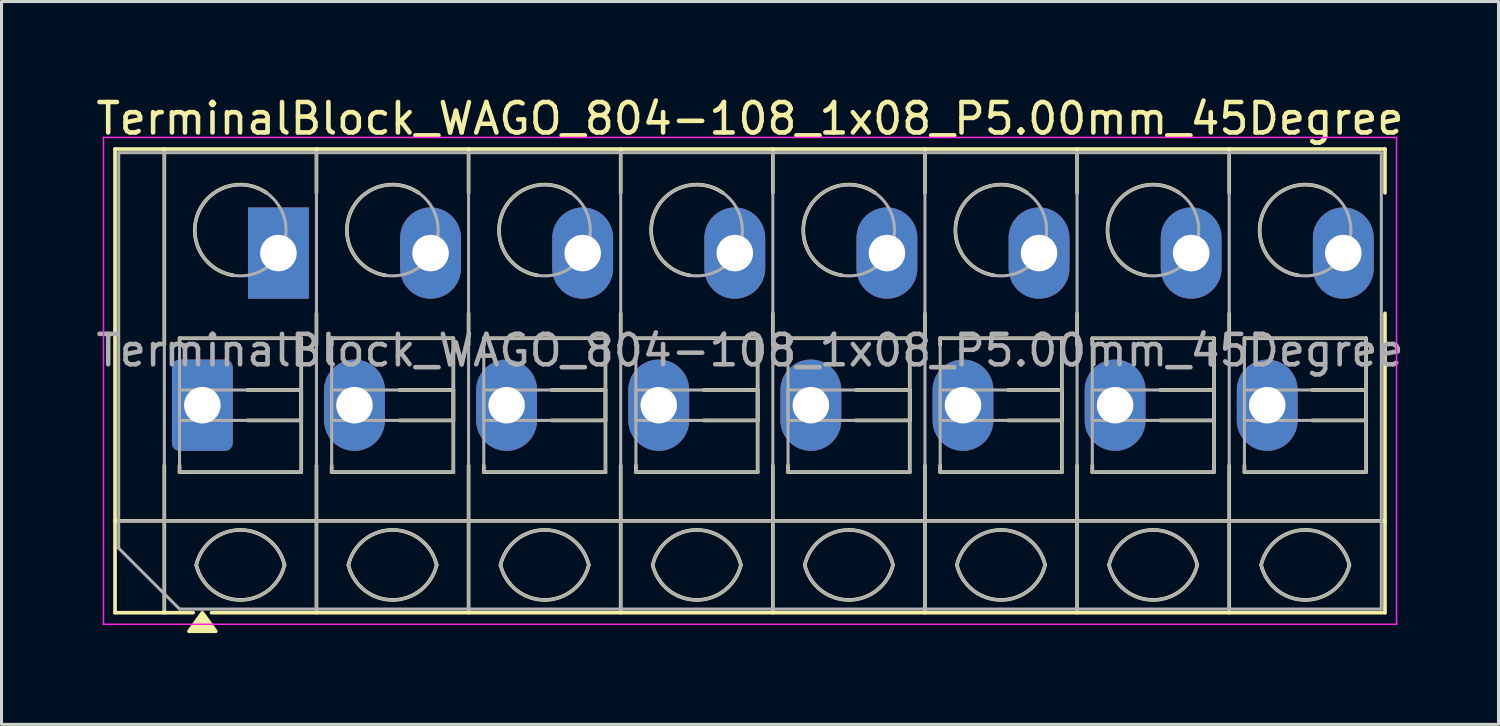
<source format=kicad_pcb>
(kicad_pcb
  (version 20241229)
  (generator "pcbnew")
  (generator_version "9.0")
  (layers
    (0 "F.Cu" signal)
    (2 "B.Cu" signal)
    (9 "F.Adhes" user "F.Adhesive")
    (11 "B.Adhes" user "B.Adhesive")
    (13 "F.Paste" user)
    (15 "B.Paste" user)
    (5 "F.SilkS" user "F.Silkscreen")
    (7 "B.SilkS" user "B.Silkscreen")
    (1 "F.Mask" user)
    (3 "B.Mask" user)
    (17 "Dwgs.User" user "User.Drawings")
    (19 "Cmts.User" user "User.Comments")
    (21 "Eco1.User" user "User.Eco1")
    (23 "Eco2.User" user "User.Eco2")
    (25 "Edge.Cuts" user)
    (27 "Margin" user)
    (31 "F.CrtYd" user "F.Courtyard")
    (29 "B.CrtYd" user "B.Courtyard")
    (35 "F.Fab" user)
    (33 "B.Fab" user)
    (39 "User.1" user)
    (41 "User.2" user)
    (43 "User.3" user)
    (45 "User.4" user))
  (footprint "TerminalBlock_WAGO_804-108_1x08_P5.00mm_45Degree"
    (layer "F.Cu")
    (at 3.601 10.268)
    (property "Reference" "TerminalBlock_WAGO_804-108_1x08_P5.00mm_45Degree" (at 18 -9.42 0) (layer "F.SilkS") (effects (font (size 1 1) (thickness 0.15))))
    (attr through_hole)
    (fp_line (start -2.87 -8.42) (end -2.87 6.82) (stroke (width 0.12) (type solid)) (layer "F.SilkS"))
    (fp_line (start -2.87 -8.42) (end 38.87 -8.42) (stroke (width 0.12) (type solid)) (layer "F.SilkS"))
    (fp_line (start -2.87 3.8) (end 38.87 3.8) (stroke (width 0.12) (type solid)) (layer "F.SilkS"))
    (fp_line (start -2.87 6.82) (end -0.3 6.82) (stroke (width 0.12) (type solid)) (layer "F.SilkS"))
    (fp_line (start -1.25 -8.42) (end -1.25 -1.98) (stroke (width 0.12) (type solid)) (layer "F.SilkS"))
    (fp_line (start -1.25 1.98) (end -1.25 6.82) (stroke (width 0.12) (type solid)) (layer "F.SilkS"))
    (fp_line (start -0.75 -2.2) (end -0.75 -1.98) (stroke (width 0.12) (type solid)) (layer "F.SilkS"))
    (fp_line (start -0.75 -2.2) (end 3.25 -2.2) (stroke (width 0.12) (type solid)) (layer "F.SilkS"))
    (fp_line (start -0.75 1.98) (end -0.75 2.2) (stroke (width 0.12) (type solid)) (layer "F.SilkS"))
    (fp_line (start -0.75 2.2) (end 3.25 2.2) (stroke (width 0.12) (type solid)) (layer "F.SilkS"))
    (fp_line (start 0.3 6.82) (end 38.87 6.82) (stroke (width 0.12) (type solid)) (layer "F.SilkS"))
    (fp_line (start 1.48 -0.5) (end 3.25 -0.5) (stroke (width 0.12) (type solid)) (layer "F.SilkS"))
    (fp_line (start 1.48 0.5) (end 3.25 0.5) (stroke (width 0.12) (type solid)) (layer "F.SilkS"))
    (fp_line (start 3.25 -2.2) (end 3.25 2.2) (stroke (width 0.12) (type solid)) (layer "F.SilkS"))
    (fp_line (start 3.25 -0.5) (end 3.25 0.5) (stroke (width 0.12) (type solid)) (layer "F.SilkS"))
    (fp_line (start 3.75 -8.42) (end 3.75 -6.98) (stroke (width 0.12) (type solid)) (layer "F.SilkS"))
    (fp_line (start 3.75 -3.02) (end 3.75 -1.98) (stroke (width 0.12) (type solid)) (layer "F.SilkS"))
    (fp_line (start 3.75 1.98) (end 3.75 6.82) (stroke (width 0.12) (type solid)) (layer "F.SilkS"))
    (fp_line (start 4.25 -2.2) (end 4.25 -1.98) (stroke (width 0.12) (type solid)) (layer "F.SilkS"))
    (fp_line (start 4.25 -2.2) (end 8.25 -2.2) (stroke (width 0.12) (type solid)) (layer "F.SilkS"))
    (fp_line (start 4.25 1.98) (end 4.25 2.2) (stroke (width 0.12) (type solid)) (layer "F.SilkS"))
    (fp_line (start 4.25 2.2) (end 8.25 2.2) (stroke (width 0.12) (type solid)) (layer "F.SilkS"))
    (fp_line (start 6.48 -0.5) (end 8.25 -0.5) (stroke (width 0.12) (type solid)) (layer "F.SilkS"))
    (fp_line (start 6.48 0.5) (end 8.25 0.5) (stroke (width 0.12) (type solid)) (layer "F.SilkS"))
    (fp_line (start 8.25 -2.2) (end 8.25 2.2) (stroke (width 0.12) (type solid)) (layer "F.SilkS"))
    (fp_line (start 8.25 -0.5) (end 8.25 0.5) (stroke (width 0.12) (type solid)) (layer "F.SilkS"))
    (fp_line (start 8.75 -8.42) (end 8.75 -6.98) (stroke (width 0.12) (type solid)) (layer "F.SilkS"))
    (fp_line (start 8.75 -3.02) (end 8.75 -1.98) (stroke (width 0.12) (type solid)) (layer "F.SilkS"))
    (fp_line (start 8.75 1.98) (end 8.75 6.82) (stroke (width 0.12) (type solid)) (layer "F.SilkS"))
    (fp_line (start 9.25 -2.2) (end 9.25 -1.98) (stroke (width 0.12) (type solid)) (layer "F.SilkS"))
    (fp_line (start 9.25 -2.2) (end 13.25 -2.2) (stroke (width 0.12) (type solid)) (layer "F.SilkS"))
    (fp_line (start 9.25 1.98) (end 9.25 2.2) (stroke (width 0.12) (type solid)) (layer "F.SilkS"))
    (fp_line (start 9.25 2.2) (end 13.25 2.2) (stroke (width 0.12) (type solid)) (layer "F.SilkS"))
    (fp_line (start 11.48 -0.5) (end 13.25 -0.5) (stroke (width 0.12) (type solid)) (layer "F.SilkS"))
    (fp_line (start 11.48 0.5) (end 13.25 0.5) (stroke (width 0.12) (type solid)) (layer "F.SilkS"))
    (fp_line (start 13.25 -2.2) (end 13.25 2.2) (stroke (width 0.12) (type solid)) (layer "F.SilkS"))
    (fp_line (start 13.25 -0.5) (end 13.25 0.5) (stroke (width 0.12) (type solid)) (layer "F.SilkS"))
    (fp_line (start 13.75 -8.42) (end 13.75 -6.98) (stroke (width 0.12) (type solid)) (layer "F.SilkS"))
    (fp_line (start 13.75 -3.02) (end 13.75 -1.98) (stroke (width 0.12) (type solid)) (layer "F.SilkS"))
    (fp_line (start 13.75 1.98) (end 13.75 6.82) (stroke (width 0.12) (type solid)) (layer "F.SilkS"))
    (fp_line (start 14.25 -2.2) (end 14.25 -1.98) (stroke (width 0.12) (type solid)) (layer "F.SilkS"))
    (fp_line (start 14.25 -2.2) (end 18.25 -2.2) (stroke (width 0.12) (type solid)) (layer "F.SilkS"))
    (fp_line (start 14.25 1.98) (end 14.25 2.2) (stroke (width 0.12) (type solid)) (layer "F.SilkS"))
    (fp_line (start 14.25 2.2) (end 18.25 2.2) (stroke (width 0.12) (type solid)) (layer "F.SilkS"))
    (fp_line (start 16.48 -0.5) (end 18.25 -0.5) (stroke (width 0.12) (type solid)) (layer "F.SilkS"))
    (fp_line (start 16.48 0.5) (end 18.25 0.5) (stroke (width 0.12) (type solid)) (layer "F.SilkS"))
    (fp_line (start 18.25 -2.2) (end 18.25 2.2) (stroke (width 0.12) (type solid)) (layer "F.SilkS"))
    (fp_line (start 18.25 -0.5) (end 18.25 0.5) (stroke (width 0.12) (type solid)) (layer "F.SilkS"))
    (fp_line (start 18.75 -8.42) (end 18.75 -6.98) (stroke (width 0.12) (type solid)) (layer "F.SilkS"))
    (fp_line (start 18.75 -3.02) (end 18.75 -1.98) (stroke (width 0.12) (type solid)) (layer "F.SilkS"))
    (fp_line (start 18.75 1.98) (end 18.75 6.82) (stroke (width 0.12) (type solid)) (layer "F.SilkS"))
    (fp_line (start 19.25 -2.2) (end 19.25 -1.98) (stroke (width 0.12) (type solid)) (layer "F.SilkS"))
    (fp_line (start 19.25 -2.2) (end 23.25 -2.2) (stroke (width 0.12) (type solid)) (layer "F.SilkS"))
    (fp_line (start 19.25 1.98) (end 19.25 2.2) (stroke (width 0.12) (type solid)) (layer "F.SilkS"))
    (fp_line (start 19.25 2.2) (end 23.25 2.2) (stroke (width 0.12) (type solid)) (layer "F.SilkS"))
    (fp_line (start 21.48 -0.5) (end 23.25 -0.5) (stroke (width 0.12) (type solid)) (layer "F.SilkS"))
    (fp_line (start 21.48 0.5) (end 23.25 0.5) (stroke (width 0.12) (type solid)) (layer "F.SilkS"))
    (fp_line (start 23.25 -2.2) (end 23.25 2.2) (stroke (width 0.12) (type solid)) (layer "F.SilkS"))
    (fp_line (start 23.25 -0.5) (end 23.25 0.5) (stroke (width 0.12) (type solid)) (layer "F.SilkS"))
    (fp_line (start 23.75 -8.42) (end 23.75 -6.98) (stroke (width 0.12) (type solid)) (layer "F.SilkS"))
    (fp_line (start 23.75 -3.02) (end 23.75 -1.98) (stroke (width 0.12) (type solid)) (layer "F.SilkS"))
    (fp_line (start 23.75 1.98) (end 23.75 6.82) (stroke (width 0.12) (type solid)) (layer "F.SilkS"))
    (fp_line (start 24.25 -2.2) (end 24.25 -1.98) (stroke (width 0.12) (type solid)) (layer "F.SilkS"))
    (fp_line (start 24.25 -2.2) (end 28.25 -2.2) (stroke (width 0.12) (type solid)) (layer "F.SilkS"))
    (fp_line (start 24.25 1.98) (end 24.25 2.2) (stroke (width 0.12) (type solid)) (layer "F.SilkS"))
    (fp_line (start 24.25 2.2) (end 28.25 2.2) (stroke (width 0.12) (type solid)) (layer "F.SilkS"))
    (fp_line (start 26.48 -0.5) (end 28.25 -0.5) (stroke (width 0.12) (type solid)) (layer "F.SilkS"))
    (fp_line (start 26.48 0.5) (end 28.25 0.5) (stroke (width 0.12) (type solid)) (layer "F.SilkS"))
    (fp_line (start 28.25 -2.2) (end 28.25 2.2) (stroke (width 0.12) (type solid)) (layer "F.SilkS"))
    (fp_line (start 28.25 -0.5) (end 28.25 0.5) (stroke (width 0.12) (type solid)) (layer "F.SilkS"))
    (fp_line (start 28.75 -8.42) (end 28.75 -6.98) (stroke (width 0.12) (type solid)) (layer "F.SilkS"))
    (fp_line (start 28.75 -3.02) (end 28.75 -1.98) (stroke (width 0.12) (type solid)) (layer "F.SilkS"))
    (fp_line (start 28.75 1.98) (end 28.75 6.82) (stroke (width 0.12) (type solid)) (layer "F.SilkS"))
    (fp_line (start 29.25 -2.2) (end 29.25 -1.98) (stroke (width 0.12) (type solid)) (layer "F.SilkS"))
    (fp_line (start 29.25 -2.2) (end 33.25 -2.2) (stroke (width 0.12) (type solid)) (layer "F.SilkS"))
    (fp_line (start 29.25 1.98) (end 29.25 2.2) (stroke (width 0.12) (type solid)) (layer "F.SilkS"))
    (fp_line (start 29.25 2.2) (end 33.25 2.2) (stroke (width 0.12) (type solid)) (layer "F.SilkS"))
    (fp_line (start 31.48 -0.5) (end 33.25 -0.5) (stroke (width 0.12) (type solid)) (layer "F.SilkS"))
    (fp_line (start 31.48 0.5) (end 33.25 0.5) (stroke (width 0.12) (type solid)) (layer "F.SilkS"))
    (fp_line (start 33.25 -2.2) (end 33.25 2.2) (stroke (width 0.12) (type solid)) (layer "F.SilkS"))
    (fp_line (start 33.25 -0.5) (end 33.25 0.5) (stroke (width 0.12) (type solid)) (layer "F.SilkS"))
    (fp_line (start 33.75 -8.42) (end 33.75 -6.98) (stroke (width 0.12) (type solid)) (layer "F.SilkS"))
    (fp_line (start 33.75 -3.02) (end 33.75 -1.98) (stroke (width 0.12) (type solid)) (layer "F.SilkS"))
    (fp_line (start 33.75 1.98) (end 33.75 6.82) (stroke (width 0.12) (type solid)) (layer "F.SilkS"))
    (fp_line (start 34.25 -2.2) (end 34.25 -1.98) (stroke (width 0.12) (type solid)) (layer "F.SilkS"))
    (fp_line (start 34.25 -2.2) (end 38.25 -2.2) (stroke (width 0.12) (type solid)) (layer "F.SilkS"))
    (fp_line (start 34.25 1.98) (end 34.25 2.2) (stroke (width 0.12) (type solid)) (layer "F.SilkS"))
    (fp_line (start 34.25 2.2) (end 38.25 2.2) (stroke (width 0.12) (type solid)) (layer "F.SilkS"))
    (fp_line (start 36.48 -0.5) (end 38.25 -0.5) (stroke (width 0.12) (type solid)) (layer "F.SilkS"))
    (fp_line (start 36.48 0.5) (end 38.25 0.5) (stroke (width 0.12) (type solid)) (layer "F.SilkS"))
    (fp_line (start 38.25 -2.2) (end 38.25 2.2) (stroke (width 0.12) (type solid)) (layer "F.SilkS"))
    (fp_line (start 38.25 -0.5) (end 38.25 0.5) (stroke (width 0.12) (type solid)) (layer "F.SilkS"))
    (fp_line (start 38.87 -8.42) (end 38.87 -6.98) (stroke (width 0.12) (type solid)) (layer "F.SilkS"))
    (fp_line (start 38.87 -3.02) (end 38.87 6.82) (stroke (width 0.12) (type solid)) (layer "F.SilkS"))
    (fp_arc (start -0.199969 5.249867) (mid 1.250068 4.099899) (end 2.7 5.25) (stroke (width 0.12) (type solid)) (layer "F.SilkS"))
    (fp_arc (start 1.02 -4.268) (mid -0.141815 -6.308637) (end 2.10843 -6.979765) (stroke (width 0.12) (type solid)) (layer "F.SilkS"))
    (fp_arc (start 2.7 5.25) (mid 1.250068 6.400101) (end -0.199969 5.250133) (stroke (width 0.12) (type solid)) (layer "F.SilkS"))
    (fp_arc (start 4.800031 5.249867) (mid 6.250068 4.099899) (end 7.7 5.25) (stroke (width 0.12) (type solid)) (layer "F.SilkS"))
    (fp_arc (start 6.02 -4.268) (mid 4.858185 -6.308637) (end 7.10843 -6.979765) (stroke (width 0.12) (type solid)) (layer "F.SilkS"))
    (fp_arc (start 7.7 5.25) (mid 6.250068 6.400101) (end 4.800031 5.250133) (stroke (width 0.12) (type solid)) (layer "F.SilkS"))
    (fp_arc (start 9.800031 5.249867) (mid 11.250068 4.099899) (end 12.7 5.25) (stroke (width 0.12) (type solid)) (layer "F.SilkS"))
    (fp_arc (start 11.02 -4.268) (mid 9.858185 -6.308637) (end 12.10843 -6.979765) (stroke (width 0.12) (type solid)) (layer "F.SilkS"))
    (fp_arc (start 12.7 5.25) (mid 11.250068 6.400101) (end 9.800031 5.250133) (stroke (width 0.12) (type solid)) (layer "F.SilkS"))
    (fp_arc (start 14.800031 5.249867) (mid 16.250068 4.099899) (end 17.7 5.25) (stroke (width 0.12) (type solid)) (layer "F.SilkS"))
    (fp_arc (start 16.02 -4.268) (mid 14.858185 -6.308637) (end 17.10843 -6.979765) (stroke (width 0.12) (type solid)) (layer "F.SilkS"))
    (fp_arc (start 17.7 5.25) (mid 16.250068 6.400101) (end 14.800031 5.250133) (stroke (width 0.12) (type solid)) (layer "F.SilkS"))
    (fp_arc (start 19.800031 5.249867) (mid 21.250068 4.099899) (end 22.7 5.25) (stroke (width 0.12) (type solid)) (layer "F.SilkS"))
    (fp_arc (start 21.02 -4.268) (mid 19.858185 -6.308637) (end 22.10843 -6.979765) (stroke (width 0.12) (type solid)) (layer "F.SilkS"))
    (fp_arc (start 22.7 5.25) (mid 21.250068 6.400101) (end 19.800031 5.250133) (stroke (width 0.12) (type solid)) (layer "F.SilkS"))
    (fp_arc (start 24.800031 5.249867) (mid 26.250068 4.099899) (end 27.7 5.25) (stroke (width 0.12) (type solid)) (layer "F.SilkS"))
    (fp_arc (start 26.02 -4.268) (mid 24.858185 -6.308637) (end 27.10843 -6.979765) (stroke (width 0.12) (type solid)) (layer "F.SilkS"))
    (fp_arc (start 27.7 5.25) (mid 26.250068 6.400101) (end 24.800031 5.250133) (stroke (width 0.12) (type solid)) (layer "F.SilkS"))
    (fp_arc (start 29.800031 5.249867) (mid 31.250068 4.099899) (end 32.7 5.25) (stroke (width 0.12) (type solid)) (layer "F.SilkS"))
    (fp_arc (start 31.02 -4.268) (mid 29.858185 -6.308637) (end 32.10843 -6.979765) (stroke (width 0.12) (type solid)) (layer "F.SilkS"))
    (fp_arc (start 32.7 5.25) (mid 31.250068 6.400101) (end 29.800031 5.250133) (stroke (width 0.12) (type solid)) (layer "F.SilkS"))
    (fp_arc (start 34.800031 5.249867) (mid 36.250068 4.099899) (end 37.7 5.25) (stroke (width 0.12) (type solid)) (layer "F.SilkS"))
    (fp_arc (start 36.02 -4.268) (mid 34.858185 -6.308637) (end 37.10843 -6.979765) (stroke (width 0.12) (type solid)) (layer "F.SilkS"))
    (fp_arc (start 37.7 5.25) (mid 36.250068 6.400101) (end 34.800031 5.250133) (stroke (width 0.12) (type solid)) (layer "F.SilkS"))
    (fp_poly (pts (xy 0 6.82) (xy 0.44 7.43) (xy -0.44 7.43)) (stroke (width 0.12) (type solid)) (fill yes) (layer "F.SilkS"))
    (fp_line (start -3.25 -8.8) (end -3.25 7.2) (stroke (width 0.05) (type solid)) (layer "F.CrtYd"))
    (fp_line (start -3.25 7.2) (end 39.25 7.2) (stroke (width 0.05) (type solid)) (layer "F.CrtYd"))
    (fp_line (start 39.25 -8.8) (end -3.25 -8.8) (stroke (width 0.05) (type solid)) (layer "F.CrtYd"))
    (fp_line (start 39.25 7.2) (end 39.25 -8.8) (stroke (width 0.05) (type solid)) (layer "F.CrtYd"))
    (fp_line (start -2.75 -8.3) (end 38.75 -8.3) (stroke (width 0.1) (type solid)) (layer "F.Fab"))
    (fp_line (start -2.75 3.8) (end 38.75 3.8) (stroke (width 0.1) (type solid)) (layer "F.Fab"))
    (fp_line (start -2.75 4.7) (end -2.75 -8.3) (stroke (width 0.1) (type solid)) (layer "F.Fab"))
    (fp_line (start -1.25 -8.3) (end -1.25 6.7) (stroke (width 0.1) (type solid)) (layer "F.Fab"))
    (fp_line (start -0.75 -2.2) (end -0.75 2.2) (stroke (width 0.1) (type solid)) (layer "F.Fab"))
    (fp_line (start -0.75 -0.5) (end -0.75 0.5) (stroke (width 0.1) (type solid)) (layer "F.Fab"))
    (fp_line (start -0.75 0.5) (end 3.25 0.5) (stroke (width 0.1) (type solid)) (layer "F.Fab"))
    (fp_line (start -0.75 2.2) (end 3.25 2.2) (stroke (width 0.1) (type solid)) (layer "F.Fab"))
    (fp_line (start -0.75 6.7) (end -2.75 4.7) (stroke (width 0.1) (type solid)) (layer "F.Fab"))
    (fp_line (start 3.25 -2.2) (end -0.75 -2.2) (stroke (width 0.1) (type solid)) (layer "F.Fab"))
    (fp_line (start 3.25 -0.5) (end -0.75 -0.5) (stroke (width 0.1) (type solid)) (layer "F.Fab"))
    (fp_line (start 3.25 0.5) (end 3.25 -0.5) (stroke (width 0.1) (type solid)) (layer "F.Fab"))
    (fp_line (start 3.25 2.2) (end 3.25 -2.2) (stroke (width 0.1) (type solid)) (layer "F.Fab"))
    (fp_line (start 3.75 -8.3) (end 3.75 6.7) (stroke (width 0.1) (type solid)) (layer "F.Fab"))
    (fp_line (start 4.25 -2.2) (end 4.25 2.2) (stroke (width 0.1) (type solid)) (layer "F.Fab"))
    (fp_line (start 4.25 -0.5) (end 4.25 0.5) (stroke (width 0.1) (type solid)) (layer "F.Fab"))
    (fp_line (start 4.25 0.5) (end 8.25 0.5) (stroke (width 0.1) (type solid)) (layer "F.Fab"))
    (fp_line (start 4.25 2.2) (end 8.25 2.2) (stroke (width 0.1) (type solid)) (layer "F.Fab"))
    (fp_line (start 8.25 -2.2) (end 4.25 -2.2) (stroke (width 0.1) (type solid)) (layer "F.Fab"))
    (fp_line (start 8.25 -0.5) (end 4.25 -0.5) (stroke (width 0.1) (type solid)) (layer "F.Fab"))
    (fp_line (start 8.25 0.5) (end 8.25 -0.5) (stroke (width 0.1) (type solid)) (layer "F.Fab"))
    (fp_line (start 8.25 2.2) (end 8.25 -2.2) (stroke (width 0.1) (type solid)) (layer "F.Fab"))
    (fp_line (start 8.75 -8.3) (end 8.75 6.7) (stroke (width 0.1) (type solid)) (layer "F.Fab"))
    (fp_line (start 9.25 -2.2) (end 9.25 2.2) (stroke (width 0.1) (type solid)) (layer "F.Fab"))
    (fp_line (start 9.25 -0.5) (end 9.25 0.5) (stroke (width 0.1) (type solid)) (layer "F.Fab"))
    (fp_line (start 9.25 0.5) (end 13.25 0.5) (stroke (width 0.1) (type solid)) (layer "F.Fab"))
    (fp_line (start 9.25 2.2) (end 13.25 2.2) (stroke (width 0.1) (type solid)) (layer "F.Fab"))
    (fp_line (start 13.25 -2.2) (end 9.25 -2.2) (stroke (width 0.1) (type solid)) (layer "F.Fab"))
    (fp_line (start 13.25 -0.5) (end 9.25 -0.5) (stroke (width 0.1) (type solid)) (layer "F.Fab"))
    (fp_line (start 13.25 0.5) (end 13.25 -0.5) (stroke (width 0.1) (type solid)) (layer "F.Fab"))
    (fp_line (start 13.25 2.2) (end 13.25 -2.2) (stroke (width 0.1) (type solid)) (layer "F.Fab"))
    (fp_line (start 13.75 -8.3) (end 13.75 6.7) (stroke (width 0.1) (type solid)) (layer "F.Fab"))
    (fp_line (start 14.25 -2.2) (end 14.25 2.2) (stroke (width 0.1) (type solid)) (layer "F.Fab"))
    (fp_line (start 14.25 -0.5) (end 14.25 0.5) (stroke (width 0.1) (type solid)) (layer "F.Fab"))
    (fp_line (start 14.25 0.5) (end 18.25 0.5) (stroke (width 0.1) (type solid)) (layer "F.Fab"))
    (fp_line (start 14.25 2.2) (end 18.25 2.2) (stroke (width 0.1) (type solid)) (layer "F.Fab"))
    (fp_line (start 18.25 -2.2) (end 14.25 -2.2) (stroke (width 0.1) (type solid)) (layer "F.Fab"))
    (fp_line (start 18.25 -0.5) (end 14.25 -0.5) (stroke (width 0.1) (type solid)) (layer "F.Fab"))
    (fp_line (start 18.25 0.5) (end 18.25 -0.5) (stroke (width 0.1) (type solid)) (layer "F.Fab"))
    (fp_line (start 18.25 2.2) (end 18.25 -2.2) (stroke (width 0.1) (type solid)) (layer "F.Fab"))
    (fp_line (start 18.75 -8.3) (end 18.75 6.7) (stroke (width 0.1) (type solid)) (layer "F.Fab"))
    (fp_line (start 19.25 -2.2) (end 19.25 2.2) (stroke (width 0.1) (type solid)) (layer "F.Fab"))
    (fp_line (start 19.25 -0.5) (end 19.25 0.5) (stroke (width 0.1) (type solid)) (layer "F.Fab"))
    (fp_line (start 19.25 0.5) (end 23.25 0.5) (stroke (width 0.1) (type solid)) (layer "F.Fab"))
    (fp_line (start 19.25 2.2) (end 23.25 2.2) (stroke (width 0.1) (type solid)) (layer "F.Fab"))
    (fp_line (start 23.25 -2.2) (end 19.25 -2.2) (stroke (width 0.1) (type solid)) (layer "F.Fab"))
    (fp_line (start 23.25 -0.5) (end 19.25 -0.5) (stroke (width 0.1) (type solid)) (layer "F.Fab"))
    (fp_line (start 23.25 0.5) (end 23.25 -0.5) (stroke (width 0.1) (type solid)) (layer "F.Fab"))
    (fp_line (start 23.25 2.2) (end 23.25 -2.2) (stroke (width 0.1) (type solid)) (layer "F.Fab"))
    (fp_line (start 23.75 -8.3) (end 23.75 6.7) (stroke (width 0.1) (type solid)) (layer "F.Fab"))
    (fp_line (start 24.25 -2.2) (end 24.25 2.2) (stroke (width 0.1) (type solid)) (layer "F.Fab"))
    (fp_line (start 24.25 -0.5) (end 24.25 0.5) (stroke (width 0.1) (type solid)) (layer "F.Fab"))
    (fp_line (start 24.25 0.5) (end 28.25 0.5) (stroke (width 0.1) (type solid)) (layer "F.Fab"))
    (fp_line (start 24.25 2.2) (end 28.25 2.2) (stroke (width 0.1) (type solid)) (layer "F.Fab"))
    (fp_line (start 28.25 -2.2) (end 24.25 -2.2) (stroke (width 0.1) (type solid)) (layer "F.Fab"))
    (fp_line (start 28.25 -0.5) (end 24.25 -0.5) (stroke (width 0.1) (type solid)) (layer "F.Fab"))
    (fp_line (start 28.25 0.5) (end 28.25 -0.5) (stroke (width 0.1) (type solid)) (layer "F.Fab"))
    (fp_line (start 28.25 2.2) (end 28.25 -2.2) (stroke (width 0.1) (type solid)) (layer "F.Fab"))
    (fp_line (start 28.75 -8.3) (end 28.75 6.7) (stroke (width 0.1) (type solid)) (layer "F.Fab"))
    (fp_line (start 29.25 -2.2) (end 29.25 2.2) (stroke (width 0.1) (type solid)) (layer "F.Fab"))
    (fp_line (start 29.25 -0.5) (end 29.25 0.5) (stroke (width 0.1) (type solid)) (layer "F.Fab"))
    (fp_line (start 29.25 0.5) (end 33.25 0.5) (stroke (width 0.1) (type solid)) (layer "F.Fab"))
    (fp_line (start 29.25 2.2) (end 33.25 2.2) (stroke (width 0.1) (type solid)) (layer "F.Fab"))
    (fp_line (start 33.25 -2.2) (end 29.25 -2.2) (stroke (width 0.1) (type solid)) (layer "F.Fab"))
    (fp_line (start 33.25 -0.5) (end 29.25 -0.5) (stroke (width 0.1) (type solid)) (layer "F.Fab"))
    (fp_line (start 33.25 0.5) (end 33.25 -0.5) (stroke (width 0.1) (type solid)) (layer "F.Fab"))
    (fp_line (start 33.25 2.2) (end 33.25 -2.2) (stroke (width 0.1) (type solid)) (layer "F.Fab"))
    (fp_line (start 33.75 -8.3) (end 33.75 6.7) (stroke (width 0.1) (type solid)) (layer "F.Fab"))
    (fp_line (start 34.25 -2.2) (end 34.25 2.2) (stroke (width 0.1) (type solid)) (layer "F.Fab"))
    (fp_line (start 34.25 -0.5) (end 34.25 0.5) (stroke (width 0.1) (type solid)) (layer "F.Fab"))
    (fp_line (start 34.25 0.5) (end 38.25 0.5) (stroke (width 0.1) (type solid)) (layer "F.Fab"))
    (fp_line (start 34.25 2.2) (end 38.25 2.2) (stroke (width 0.1) (type solid)) (layer "F.Fab"))
    (fp_line (start 38.25 -2.2) (end 34.25 -2.2) (stroke (width 0.1) (type solid)) (layer "F.Fab"))
    (fp_line (start 38.25 -0.5) (end 34.25 -0.5) (stroke (width 0.1) (type solid)) (layer "F.Fab"))
    (fp_line (start 38.25 0.5) (end 38.25 -0.5) (stroke (width 0.1) (type solid)) (layer "F.Fab"))
    (fp_line (start 38.25 2.2) (end 38.25 -2.2) (stroke (width 0.1) (type solid)) (layer "F.Fab"))
    (fp_line (start 38.75 -8.3) (end 38.75 6.7) (stroke (width 0.1) (type solid)) (layer "F.Fab"))
    (fp_line (start 38.75 6.7) (end -0.75 6.7) (stroke (width 0.1) (type solid)) (layer "F.Fab"))
    (fp_arc (start -0.200865 5.250424) (mid 1.250296 4.099926) (end 2.701 5.251) (stroke (width 0.1) (type solid)) (layer "F.Fab"))
    (fp_arc (start 2.7 5.25) (mid 1.250068 6.400101) (end -0.199969 5.250133) (stroke (width 0.1) (type solid)) (layer "F.Fab"))
    (fp_arc (start 4.799135 5.250424) (mid 6.250296 4.099926) (end 7.701 5.251) (stroke (width 0.1) (type solid)) (layer "F.Fab"))
    (fp_arc (start 7.7 5.25) (mid 6.250068 6.400101) (end 4.800031 5.250133) (stroke (width 0.1) (type solid)) (layer "F.Fab"))
    (fp_arc (start 9.799135 5.250424) (mid 11.250296 4.099926) (end 12.701 5.251) (stroke (width 0.1) (type solid)) (layer "F.Fab"))
    (fp_arc (start 12.7 5.25) (mid 11.250068 6.400101) (end 9.800031 5.250133) (stroke (width 0.1) (type solid)) (layer "F.Fab"))
    (fp_arc (start 14.799135 5.250424) (mid 16.250296 4.099926) (end 17.701 5.251) (stroke (width 0.1) (type solid)) (layer "F.Fab"))
    (fp_arc (start 17.7 5.25) (mid 16.250068 6.400101) (end 14.800031 5.250133) (stroke (width 0.1) (type solid)) (layer "F.Fab"))
    (fp_arc (start 19.799135 5.250424) (mid 21.250296 4.099926) (end 22.701 5.251) (stroke (width 0.1) (type solid)) (layer "F.Fab"))
    (fp_arc (start 22.7 5.25) (mid 21.250068 6.400101) (end 19.800031 5.250133) (stroke (width 0.1) (type solid)) (layer "F.Fab"))
    (fp_arc (start 24.799135 5.250424) (mid 26.250296 4.099926) (end 27.701 5.251) (stroke (width 0.1) (type solid)) (layer "F.Fab"))
    (fp_arc (start 27.7 5.25) (mid 26.250068 6.400101) (end 24.800031 5.250133) (stroke (width 0.1) (type solid)) (layer "F.Fab"))
    (fp_arc (start 29.799135 5.250424) (mid 31.250296 4.099926) (end 32.701 5.251) (stroke (width 0.1) (type solid)) (layer "F.Fab"))
    (fp_arc (start 32.701 5.25) (mid 31.250296 6.401074) (end 29.799135 5.250576) (stroke (width 0.1) (type solid)) (layer "F.Fab"))
    (fp_arc (start 34.799135 5.250424) (mid 36.250296 4.099926) (end 37.701 5.251) (stroke (width 0.1) (type solid)) (layer "F.Fab"))
    (fp_arc (start 37.7 5.25) (mid 36.250068 6.400101) (end 34.800031 5.250133) (stroke (width 0.1) (type solid)) (layer "F.Fab"))
    (fp_circle (center 1.25 -5.75) (end 2.75 -5.75) (stroke (width 0.1) (type solid)) (fill no) (layer "F.Fab"))
    (fp_circle (center 6.25 -5.75) (end 7.75 -5.75) (stroke (width 0.1) (type solid)) (fill no) (layer "F.Fab"))
    (fp_circle (center 11.25 -5.75) (end 12.75 -5.75) (stroke (width 0.1) (type solid)) (fill no) (layer "F.Fab"))
    (fp_circle (center 16.25 -5.75) (end 17.75 -5.75) (stroke (width 0.1) (type solid)) (fill no) (layer "F.Fab"))
    (fp_circle (center 21.25 -5.75) (end 22.75 -5.75) (stroke (width 0.1) (type solid)) (fill no) (layer "F.Fab"))
    (fp_circle (center 26.25 -5.75) (end 27.75 -5.75) (stroke (width 0.1) (type solid)) (fill no) (layer "F.Fab"))
    (fp_circle (center 31.25 -5.75) (end 32.75 -5.75) (stroke (width 0.1) (type solid)) (fill no) (layer "F.Fab"))
    (fp_circle (center 36.25 -5.75) (end 37.75 -5.75) (stroke (width 0.1) (type solid)) (fill no) (layer "F.Fab"))
    (fp_text user "${REFERENCE}" (at 18 -1.8 0) (layer "F.Fab") (effects (font (size 1 1) (thickness 0.15))))
    (pad "1" thru_hole roundrect (at 0 0) (size 2 3) (drill 1.2) (layers "*.Cu" "*.Mask") (roundrect_rratio 0.125))
    (pad "1" thru_hole rect (at 2.5 -5) (size 2 3) (drill 1.2) (layers "*.Cu" "*.Mask"))
    (pad "2" thru_hole oval (at 5 0) (size 2 3) (drill 1.2) (layers "*.Cu" "*.Mask"))
    (pad "2" thru_hole oval (at 7.5 -5) (size 2 3) (drill 1.2) (layers "*.Cu" "*.Mask"))
    (pad "3" thru_hole oval (at 10 0) (size 2 3) (drill 1.2) (layers "*.Cu" "*.Mask"))
    (pad "3" thru_hole oval (at 12.5 -5) (size 2 3) (drill 1.2) (layers "*.Cu" "*.Mask"))
    (pad "4" thru_hole oval (at 15 0) (size 2 3) (drill 1.2) (layers "*.Cu" "*.Mask"))
    (pad "4" thru_hole oval (at 17.5 -5) (size 2 3) (drill 1.2) (layers "*.Cu" "*.Mask"))
    (pad "5" thru_hole oval (at 20 0) (size 2 3) (drill 1.2) (layers "*.Cu" "*.Mask"))
    (pad "5" thru_hole oval (at 22.5 -5) (size 2 3) (drill 1.2) (layers "*.Cu" "*.Mask"))
    (pad "6" thru_hole oval (at 25 0) (size 2 3) (drill 1.2) (layers "*.Cu" "*.Mask"))
    (pad "6" thru_hole oval (at 27.5 -5) (size 2 3) (drill 1.2) (layers "*.Cu" "*.Mask"))
    (pad "7" thru_hole oval (at 30 0) (size 2 3) (drill 1.2) (layers "*.Cu" "*.Mask"))
    (pad "7" thru_hole oval (at 32.5 -5) (size 2 3) (drill 1.2) (layers "*.Cu" "*.Mask"))
    (pad "8" thru_hole oval (at 35 0) (size 2 3) (drill 1.2) (layers "*.Cu" "*.Mask"))
    (pad "8" thru_hole oval (at 37.5 -5) (size 2 3) (drill 1.2) (layers "*.Cu" "*.Mask")))
  (gr_rect
    (start -3 -3)
    (end 46.202 20.758)
    (stroke (width 0.1) (type default))
    (fill no)
    (layer "Edge.Cuts")))
</source>
